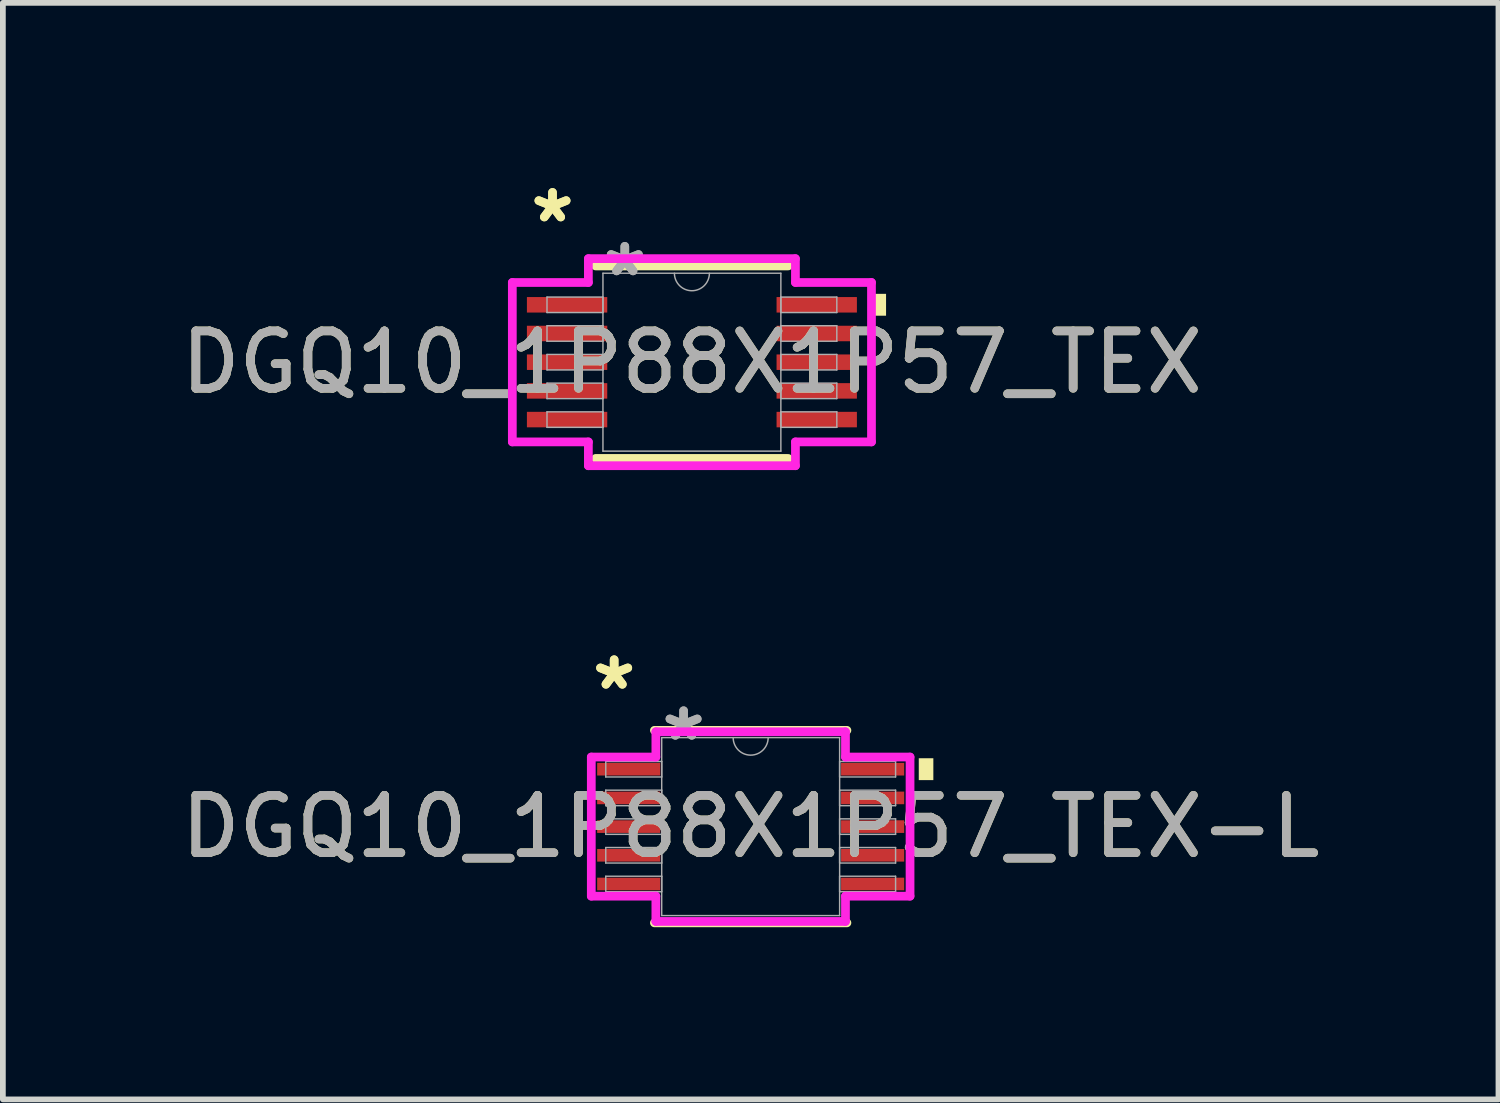
<source format=kicad_pcb>
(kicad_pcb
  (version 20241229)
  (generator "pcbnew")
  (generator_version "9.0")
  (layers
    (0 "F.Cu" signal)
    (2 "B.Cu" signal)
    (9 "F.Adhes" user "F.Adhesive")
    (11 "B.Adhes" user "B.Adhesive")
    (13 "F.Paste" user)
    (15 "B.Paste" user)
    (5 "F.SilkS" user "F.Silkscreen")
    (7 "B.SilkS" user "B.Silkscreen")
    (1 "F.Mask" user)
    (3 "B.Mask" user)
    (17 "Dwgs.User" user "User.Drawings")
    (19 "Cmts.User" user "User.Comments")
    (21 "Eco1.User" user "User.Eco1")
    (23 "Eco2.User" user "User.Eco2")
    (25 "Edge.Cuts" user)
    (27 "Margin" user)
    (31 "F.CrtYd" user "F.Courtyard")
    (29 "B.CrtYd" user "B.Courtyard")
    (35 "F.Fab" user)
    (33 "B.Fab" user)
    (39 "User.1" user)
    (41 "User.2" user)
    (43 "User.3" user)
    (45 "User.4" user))
  (footprint "DGQ10_1P88X1P57_TEX-L"
    (layer "F.Cu")
    (at 10.03 11.353)
    (property "Reference" "DGQ10_1P88X1P57_TEX-L" (at 0 0 0) (unlocked yes) (layer "F.SilkS") (effects (font (size 1 1) (thickness 0.15))))
    (attr smd)
    (fp_line (start -1.677 1.677) (end 1.677 1.677) (stroke (width 0.152) (type solid)) (layer "F.SilkS"))
    (fp_line (start 1.677 -1.677) (end -1.677 -1.677) (stroke (width 0.152) (type solid)) (layer "F.SilkS"))
    (fp_poly (pts (xy 3.183 -1.191) (xy 3.183 -0.81) (xy 2.929 -0.81) (xy 2.929 -1.191)) (stroke (width 0) (type solid)) (fill yes) (layer "F.SilkS"))
    (fp_line (start -2.777 -1.212) (end -1.652 -1.212) (stroke (width 0.152) (type solid)) (layer "F.CrtYd"))
    (fp_line (start -2.777 1.212) (end -2.777 -1.212) (stroke (width 0.152) (type solid)) (layer "F.CrtYd"))
    (fp_line (start -2.777 1.212) (end -1.652 1.212) (stroke (width 0.152) (type solid)) (layer "F.CrtYd"))
    (fp_line (start -1.652 -1.652) (end 1.652 -1.652) (stroke (width 0.152) (type solid)) (layer "F.CrtYd"))
    (fp_line (start -1.652 -1.212) (end -1.652 -1.652) (stroke (width 0.152) (type solid)) (layer "F.CrtYd"))
    (fp_line (start -1.652 1.652) (end -1.652 1.212) (stroke (width 0.152) (type solid)) (layer "F.CrtYd"))
    (fp_line (start 1.652 -1.652) (end 1.652 -1.212) (stroke (width 0.152) (type solid)) (layer "F.CrtYd"))
    (fp_line (start 1.652 1.212) (end 1.652 1.652) (stroke (width 0.152) (type solid)) (layer "F.CrtYd"))
    (fp_line (start 1.652 1.652) (end -1.652 1.652) (stroke (width 0.152) (type solid)) (layer "F.CrtYd"))
    (fp_line (start 2.777 -1.212) (end 1.652 -1.212) (stroke (width 0.152) (type solid)) (layer "F.CrtYd"))
    (fp_line (start 2.777 -1.212) (end 2.777 1.212) (stroke (width 0.152) (type solid)) (layer "F.CrtYd"))
    (fp_line (start 2.777 1.212) (end 1.652 1.212) (stroke (width 0.152) (type solid)) (layer "F.CrtYd"))
    (fp_line (start -2.525 -1.135) (end -2.525 -0.865) (stroke (width 0.025) (type solid)) (layer "F.Fab"))
    (fp_line (start -2.525 -0.865) (end -1.55 -0.865) (stroke (width 0.025) (type solid)) (layer "F.Fab"))
    (fp_line (start -2.525 -0.635) (end -2.525 -0.365) (stroke (width 0.025) (type solid)) (layer "F.Fab"))
    (fp_line (start -2.525 -0.365) (end -1.55 -0.365) (stroke (width 0.025) (type solid)) (layer "F.Fab"))
    (fp_line (start -2.525 -0.135) (end -2.525 0.135) (stroke (width 0.025) (type solid)) (layer "F.Fab"))
    (fp_line (start -2.525 0.135) (end -1.55 0.135) (stroke (width 0.025) (type solid)) (layer "F.Fab"))
    (fp_line (start -2.525 0.365) (end -2.525 0.635) (stroke (width 0.025) (type solid)) (layer "F.Fab"))
    (fp_line (start -2.525 0.635) (end -1.55 0.635) (stroke (width 0.025) (type solid)) (layer "F.Fab"))
    (fp_line (start -2.525 0.865) (end -2.525 1.135) (stroke (width 0.025) (type solid)) (layer "F.Fab"))
    (fp_line (start -2.525 1.135) (end -1.55 1.135) (stroke (width 0.025) (type solid)) (layer "F.Fab"))
    (fp_line (start -1.55 -1.55) (end -1.55 1.55) (stroke (width 0.025) (type solid)) (layer "F.Fab"))
    (fp_line (start -1.55 -1.135) (end -2.525 -1.135) (stroke (width 0.025) (type solid)) (layer "F.Fab"))
    (fp_line (start -1.55 -0.865) (end -1.55 -1.135) (stroke (width 0.025) (type solid)) (layer "F.Fab"))
    (fp_line (start -1.55 -0.635) (end -2.525 -0.635) (stroke (width 0.025) (type solid)) (layer "F.Fab"))
    (fp_line (start -1.55 -0.365) (end -1.55 -0.635) (stroke (width 0.025) (type solid)) (layer "F.Fab"))
    (fp_line (start -1.55 -0.135) (end -2.525 -0.135) (stroke (width 0.025) (type solid)) (layer "F.Fab"))
    (fp_line (start -1.55 0.135) (end -1.55 -0.135) (stroke (width 0.025) (type solid)) (layer "F.Fab"))
    (fp_line (start -1.55 0.365) (end -2.525 0.365) (stroke (width 0.025) (type solid)) (layer "F.Fab"))
    (fp_line (start -1.55 0.635) (end -1.55 0.365) (stroke (width 0.025) (type solid)) (layer "F.Fab"))
    (fp_line (start -1.55 0.865) (end -2.525 0.865) (stroke (width 0.025) (type solid)) (layer "F.Fab"))
    (fp_line (start -1.55 1.135) (end -1.55 0.865) (stroke (width 0.025) (type solid)) (layer "F.Fab"))
    (fp_line (start -1.55 1.55) (end 1.55 1.55) (stroke (width 0.025) (type solid)) (layer "F.Fab"))
    (fp_line (start 1.55 -1.55) (end -1.55 -1.55) (stroke (width 0.025) (type solid)) (layer "F.Fab"))
    (fp_line (start 1.55 -1.135) (end 1.55 -0.865) (stroke (width 0.025) (type solid)) (layer "F.Fab"))
    (fp_line (start 1.55 -0.865) (end 2.525 -0.865) (stroke (width 0.025) (type solid)) (layer "F.Fab"))
    (fp_line (start 1.55 -0.635) (end 1.55 -0.365) (stroke (width 0.025) (type solid)) (layer "F.Fab"))
    (fp_line (start 1.55 -0.365) (end 2.525 -0.365) (stroke (width 0.025) (type solid)) (layer "F.Fab"))
    (fp_line (start 1.55 -0.135) (end 1.55 0.135) (stroke (width 0.025) (type solid)) (layer "F.Fab"))
    (fp_line (start 1.55 0.135) (end 2.525 0.135) (stroke (width 0.025) (type solid)) (layer "F.Fab"))
    (fp_line (start 1.55 0.365) (end 1.55 0.635) (stroke (width 0.025) (type solid)) (layer "F.Fab"))
    (fp_line (start 1.55 0.635) (end 2.525 0.635) (stroke (width 0.025) (type solid)) (layer "F.Fab"))
    (fp_line (start 1.55 0.865) (end 1.55 1.135) (stroke (width 0.025) (type solid)) (layer "F.Fab"))
    (fp_line (start 1.55 1.135) (end 2.525 1.135) (stroke (width 0.025) (type solid)) (layer "F.Fab"))
    (fp_line (start 1.55 1.55) (end 1.55 -1.55) (stroke (width 0.025) (type solid)) (layer "F.Fab"))
    (fp_line (start 2.525 -1.135) (end 1.55 -1.135) (stroke (width 0.025) (type solid)) (layer "F.Fab"))
    (fp_line (start 2.525 -0.865) (end 2.525 -1.135) (stroke (width 0.025) (type solid)) (layer "F.Fab"))
    (fp_line (start 2.525 -0.635) (end 1.55 -0.635) (stroke (width 0.025) (type solid)) (layer "F.Fab"))
    (fp_line (start 2.525 -0.365) (end 2.525 -0.635) (stroke (width 0.025) (type solid)) (layer "F.Fab"))
    (fp_line (start 2.525 -0.135) (end 1.55 -0.135) (stroke (width 0.025) (type solid)) (layer "F.Fab"))
    (fp_line (start 2.525 0.135) (end 2.525 -0.135) (stroke (width 0.025) (type solid)) (layer "F.Fab"))
    (fp_line (start 2.525 0.365) (end 1.55 0.365) (stroke (width 0.025) (type solid)) (layer "F.Fab"))
    (fp_line (start 2.525 0.635) (end 2.525 0.365) (stroke (width 0.025) (type solid)) (layer "F.Fab"))
    (fp_line (start 2.525 0.865) (end 1.55 0.865) (stroke (width 0.025) (type solid)) (layer "F.Fab"))
    (fp_line (start 2.525 1.135) (end 2.525 0.865) (stroke (width 0.025) (type solid)) (layer "F.Fab"))
    (fp_arc (start 0.3048 -1.549999) (mid 0 -1.245199) (end -0.3048 -1.549999) (stroke (width 0.0254) (type solid)) (layer "F.Fab"))
    (fp_text user "*" (at -2.379 -2.363 0) (layer "F.SilkS") (effects (font (size 1 1) (thickness 0.15))))
    (fp_text user "*" (at -2.379 -2.363 0) (unlocked yes) (layer "F.SilkS") (effects (font (size 1 1) (thickness 0.15))))
    (fp_text user "*" (at -1.169 -1.474 0) (layer "F.Fab") (effects (font (size 1 1) (thickness 0.15))))
    (fp_text user "*" (at -1.169 -1.474 0) (unlocked yes) (layer "F.Fab") (effects (font (size 1 1) (thickness 0.15))))
    (fp_text user "${REFERENCE}" (at 0 0 0) (unlocked yes) (layer "F.Fab") (effects (font (size 1 1) (thickness 0.15))))
    (pad "1" smd rect (at -2.125 -1) (size 1.1 0.22) (layers "F.Cu" "F.Mask" "F.Paste"))
    (pad "2" smd rect (at -2.125 -0.5) (size 1.1 0.22) (layers "F.Cu" "F.Mask" "F.Paste"))
    (pad "3" smd rect (at -2.125 0) (size 1.1 0.22) (layers "F.Cu" "F.Mask" "F.Paste"))
    (pad "4" smd rect (at -2.125 0.5) (size 1.1 0.22) (layers "F.Cu" "F.Mask" "F.Paste"))
    (pad "5" smd rect (at -2.125 1) (size 1.1 0.22) (layers "F.Cu" "F.Mask" "F.Paste"))
    (pad "6" smd rect (at 2.125 1) (size 1.1 0.22) (layers "F.Cu" "F.Mask" "F.Paste"))
    (pad "7" smd rect (at 2.125 0.5) (size 1.1 0.22) (layers "F.Cu" "F.Mask" "F.Paste"))
    (pad "8" smd rect (at 2.125 0) (size 1.1 0.22) (layers "F.Cu" "F.Mask" "F.Paste"))
    (pad "9" smd rect (at 2.125 -0.5) (size 1.1 0.22) (layers "F.Cu" "F.Mask" "F.Paste"))
    (pad "10" smd rect (at 2.125 -1) (size 1.1 0.22) (layers "F.Cu" "F.Mask" "F.Paste")))
  (footprint "DGQ10_1P88X1P57_TEX"
    (layer "F.Cu")
    (at 9.006 3.261)
    (property "Reference" "DGQ10_1P88X1P57_TEX" (at 0 0 0) (unlocked yes) (layer "F.SilkS") (effects (font (size 1 1) (thickness 0.15))))
    (attr smd)
    (fp_line (start -1.677 1.677) (end 1.677 1.677) (stroke (width 0.152) (type solid)) (layer "F.SilkS"))
    (fp_line (start 1.677 -1.677) (end -1.677 -1.677) (stroke (width 0.152) (type solid)) (layer "F.SilkS"))
    (fp_poly (pts (xy 3.383 -1.191) (xy 3.383 -0.81) (xy 3.129 -0.81) (xy 3.129 -1.191)) (stroke (width 0) (type solid)) (fill yes) (layer "F.SilkS"))
    (fp_line (start -3.129 -1.389) (end -1.804 -1.389) (stroke (width 0.152) (type solid)) (layer "F.CrtYd"))
    (fp_line (start -3.129 1.389) (end -3.129 -1.389) (stroke (width 0.152) (type solid)) (layer "F.CrtYd"))
    (fp_line (start -3.129 1.389) (end -1.804 1.389) (stroke (width 0.152) (type solid)) (layer "F.CrtYd"))
    (fp_line (start -1.804 -1.804) (end 1.804 -1.804) (stroke (width 0.152) (type solid)) (layer "F.CrtYd"))
    (fp_line (start -1.804 -1.389) (end -1.804 -1.804) (stroke (width 0.152) (type solid)) (layer "F.CrtYd"))
    (fp_line (start -1.804 1.804) (end -1.804 1.389) (stroke (width 0.152) (type solid)) (layer "F.CrtYd"))
    (fp_line (start 1.804 -1.804) (end 1.804 -1.389) (stroke (width 0.152) (type solid)) (layer "F.CrtYd"))
    (fp_line (start 1.804 1.389) (end 1.804 1.804) (stroke (width 0.152) (type solid)) (layer "F.CrtYd"))
    (fp_line (start 1.804 1.804) (end -1.804 1.804) (stroke (width 0.152) (type solid)) (layer "F.CrtYd"))
    (fp_line (start 3.129 -1.389) (end 1.804 -1.389) (stroke (width 0.152) (type solid)) (layer "F.CrtYd"))
    (fp_line (start 3.129 -1.389) (end 3.129 1.389) (stroke (width 0.152) (type solid)) (layer "F.CrtYd"))
    (fp_line (start 3.129 1.389) (end 1.804 1.389) (stroke (width 0.152) (type solid)) (layer "F.CrtYd"))
    (fp_line (start -2.525 -1.135) (end -2.525 -0.865) (stroke (width 0.025) (type solid)) (layer "F.Fab"))
    (fp_line (start -2.525 -0.865) (end -1.55 -0.865) (stroke (width 0.025) (type solid)) (layer "F.Fab"))
    (fp_line (start -2.525 -0.635) (end -2.525 -0.365) (stroke (width 0.025) (type solid)) (layer "F.Fab"))
    (fp_line (start -2.525 -0.365) (end -1.55 -0.365) (stroke (width 0.025) (type solid)) (layer "F.Fab"))
    (fp_line (start -2.525 -0.135) (end -2.525 0.135) (stroke (width 0.025) (type solid)) (layer "F.Fab"))
    (fp_line (start -2.525 0.135) (end -1.55 0.135) (stroke (width 0.025) (type solid)) (layer "F.Fab"))
    (fp_line (start -2.525 0.365) (end -2.525 0.635) (stroke (width 0.025) (type solid)) (layer "F.Fab"))
    (fp_line (start -2.525 0.635) (end -1.55 0.635) (stroke (width 0.025) (type solid)) (layer "F.Fab"))
    (fp_line (start -2.525 0.865) (end -2.525 1.135) (stroke (width 0.025) (type solid)) (layer "F.Fab"))
    (fp_line (start -2.525 1.135) (end -1.55 1.135) (stroke (width 0.025) (type solid)) (layer "F.Fab"))
    (fp_line (start -1.55 -1.55) (end -1.55 1.55) (stroke (width 0.025) (type solid)) (layer "F.Fab"))
    (fp_line (start -1.55 -1.135) (end -2.525 -1.135) (stroke (width 0.025) (type solid)) (layer "F.Fab"))
    (fp_line (start -1.55 -0.865) (end -1.55 -1.135) (stroke (width 0.025) (type solid)) (layer "F.Fab"))
    (fp_line (start -1.55 -0.635) (end -2.525 -0.635) (stroke (width 0.025) (type solid)) (layer "F.Fab"))
    (fp_line (start -1.55 -0.365) (end -1.55 -0.635) (stroke (width 0.025) (type solid)) (layer "F.Fab"))
    (fp_line (start -1.55 -0.135) (end -2.525 -0.135) (stroke (width 0.025) (type solid)) (layer "F.Fab"))
    (fp_line (start -1.55 0.135) (end -1.55 -0.135) (stroke (width 0.025) (type solid)) (layer "F.Fab"))
    (fp_line (start -1.55 0.365) (end -2.525 0.365) (stroke (width 0.025) (type solid)) (layer "F.Fab"))
    (fp_line (start -1.55 0.635) (end -1.55 0.365) (stroke (width 0.025) (type solid)) (layer "F.Fab"))
    (fp_line (start -1.55 0.865) (end -2.525 0.865) (stroke (width 0.025) (type solid)) (layer "F.Fab"))
    (fp_line (start -1.55 1.135) (end -1.55 0.865) (stroke (width 0.025) (type solid)) (layer "F.Fab"))
    (fp_line (start -1.55 1.55) (end 1.55 1.55) (stroke (width 0.025) (type solid)) (layer "F.Fab"))
    (fp_line (start 1.55 -1.55) (end -1.55 -1.55) (stroke (width 0.025) (type solid)) (layer "F.Fab"))
    (fp_line (start 1.55 -1.135) (end 1.55 -0.865) (stroke (width 0.025) (type solid)) (layer "F.Fab"))
    (fp_line (start 1.55 -0.865) (end 2.525 -0.865) (stroke (width 0.025) (type solid)) (layer "F.Fab"))
    (fp_line (start 1.55 -0.635) (end 1.55 -0.365) (stroke (width 0.025) (type solid)) (layer "F.Fab"))
    (fp_line (start 1.55 -0.365) (end 2.525 -0.365) (stroke (width 0.025) (type solid)) (layer "F.Fab"))
    (fp_line (start 1.55 -0.135) (end 1.55 0.135) (stroke (width 0.025) (type solid)) (layer "F.Fab"))
    (fp_line (start 1.55 0.135) (end 2.525 0.135) (stroke (width 0.025) (type solid)) (layer "F.Fab"))
    (fp_line (start 1.55 0.365) (end 1.55 0.635) (stroke (width 0.025) (type solid)) (layer "F.Fab"))
    (fp_line (start 1.55 0.635) (end 2.525 0.635) (stroke (width 0.025) (type solid)) (layer "F.Fab"))
    (fp_line (start 1.55 0.865) (end 1.55 1.135) (stroke (width 0.025) (type solid)) (layer "F.Fab"))
    (fp_line (start 1.55 1.135) (end 2.525 1.135) (stroke (width 0.025) (type solid)) (layer "F.Fab"))
    (fp_line (start 1.55 1.55) (end 1.55 -1.55) (stroke (width 0.025) (type solid)) (layer "F.Fab"))
    (fp_line (start 2.525 -1.135) (end 1.55 -1.135) (stroke (width 0.025) (type solid)) (layer "F.Fab"))
    (fp_line (start 2.525 -0.865) (end 2.525 -1.135) (stroke (width 0.025) (type solid)) (layer "F.Fab"))
    (fp_line (start 2.525 -0.635) (end 1.55 -0.635) (stroke (width 0.025) (type solid)) (layer "F.Fab"))
    (fp_line (start 2.525 -0.365) (end 2.525 -0.635) (stroke (width 0.025) (type solid)) (layer "F.Fab"))
    (fp_line (start 2.525 -0.135) (end 1.55 -0.135) (stroke (width 0.025) (type solid)) (layer "F.Fab"))
    (fp_line (start 2.525 0.135) (end 2.525 -0.135) (stroke (width 0.025) (type solid)) (layer "F.Fab"))
    (fp_line (start 2.525 0.365) (end 1.55 0.365) (stroke (width 0.025) (type solid)) (layer "F.Fab"))
    (fp_line (start 2.525 0.635) (end 2.525 0.365) (stroke (width 0.025) (type solid)) (layer "F.Fab"))
    (fp_line (start 2.525 0.865) (end 1.55 0.865) (stroke (width 0.025) (type solid)) (layer "F.Fab"))
    (fp_line (start 2.525 1.135) (end 2.525 0.865) (stroke (width 0.025) (type solid)) (layer "F.Fab"))
    (fp_arc (start 0.3048 -1.549999) (mid 0 -1.245199) (end -0.3048 -1.549999) (stroke (width 0.0254) (type solid)) (layer "F.Fab"))
    (fp_text user "*" (at -2.429 -2.413 0) (unlocked yes) (layer "F.SilkS") (effects (font (size 1 1) (thickness 0.15))))
    (fp_text user "*" (at -2.429 -2.413 0) (layer "F.SilkS") (effects (font (size 1 1) (thickness 0.15))))
    (fp_text user "${REFERENCE}" (at 0 0 0) (unlocked yes) (layer "F.Fab") (effects (font (size 1 1) (thickness 0.15))))
    (fp_text user "*" (at -1.169 -1.474 0) (layer "F.Fab") (effects (font (size 1 1) (thickness 0.15))))
    (fp_text user "*" (at -1.169 -1.474 0) (unlocked yes) (layer "F.Fab") (effects (font (size 1 1) (thickness 0.15))))
    (pad "1" smd rect (at -2.175 -1) (size 1.4 0.27) (layers "F.Cu" "F.Mask" "F.Paste"))
    (pad "2" smd rect (at -2.175 -0.5) (size 1.4 0.27) (layers "F.Cu" "F.Mask" "F.Paste"))
    (pad "3" smd rect (at -2.175 0) (size 1.4 0.27) (layers "F.Cu" "F.Mask" "F.Paste"))
    (pad "4" smd rect (at -2.175 0.5) (size 1.4 0.27) (layers "F.Cu" "F.Mask" "F.Paste"))
    (pad "5" smd rect (at -2.175 1) (size 1.4 0.27) (layers "F.Cu" "F.Mask" "F.Paste"))
    (pad "6" smd rect (at 2.175 1) (size 1.4 0.27) (layers "F.Cu" "F.Mask" "F.Paste"))
    (pad "7" smd rect (at 2.175 0.5) (size 1.4 0.27) (layers "F.Cu" "F.Mask" "F.Paste"))
    (pad "8" smd rect (at 2.175 0) (size 1.4 0.27) (layers "F.Cu" "F.Mask" "F.Paste"))
    (pad "9" smd rect (at 2.175 -0.5) (size 1.4 0.27) (layers "F.Cu" "F.Mask" "F.Paste"))
    (pad "10" smd rect (at 2.175 -1) (size 1.4 0.27) (layers "F.Cu" "F.Mask" "F.Paste")))
  (gr_rect
    (start -3 -3)
    (end 23.06 16.106)
    (stroke (width 0.1) (type default))
    (fill no)
    (layer "Edge.Cuts")))
</source>
